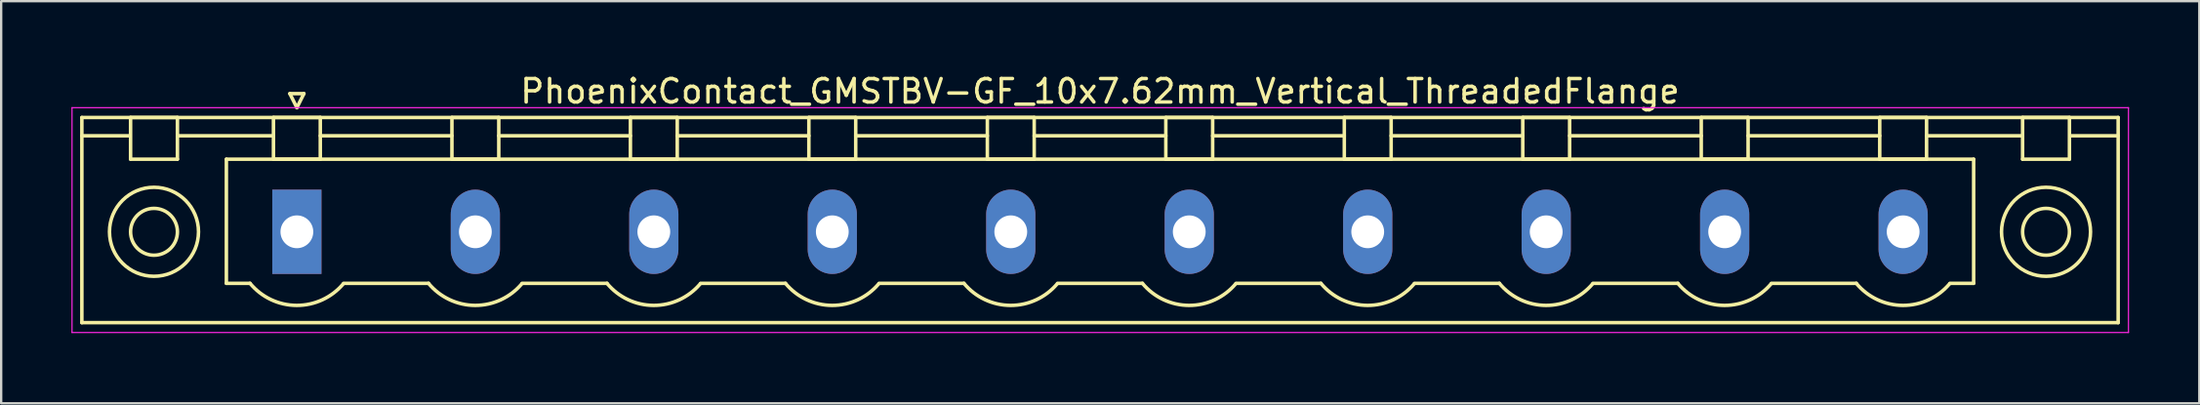
<source format=kicad_pcb>
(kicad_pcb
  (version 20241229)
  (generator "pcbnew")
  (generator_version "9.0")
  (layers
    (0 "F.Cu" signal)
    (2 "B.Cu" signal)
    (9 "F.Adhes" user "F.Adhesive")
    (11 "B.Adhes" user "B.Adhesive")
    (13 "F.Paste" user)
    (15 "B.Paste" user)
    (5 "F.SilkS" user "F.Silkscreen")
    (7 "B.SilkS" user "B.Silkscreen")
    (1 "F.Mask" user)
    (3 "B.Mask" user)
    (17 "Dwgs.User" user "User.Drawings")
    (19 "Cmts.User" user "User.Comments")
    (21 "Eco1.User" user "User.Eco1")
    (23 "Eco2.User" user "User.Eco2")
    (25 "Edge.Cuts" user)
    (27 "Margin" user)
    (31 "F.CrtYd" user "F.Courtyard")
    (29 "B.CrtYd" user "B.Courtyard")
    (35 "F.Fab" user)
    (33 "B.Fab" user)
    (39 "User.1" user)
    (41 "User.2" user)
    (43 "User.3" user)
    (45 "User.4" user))
  (footprint "PhoenixContact_GMSTBV-GF_10x7.62mm_Vertical_ThreadedFlange"
    (layer "F.Cu")
    (at 9.625 6.848)
    (property "Reference" "PhoenixContact_GMSTBV-GF_10x7.62mm_Vertical_ThreadedFlange" (at 34.29 -6 0) (layer "F.SilkS") (effects (font (size 1 1) (thickness 0.15))))
    (attr through_hole)
    (fp_line (start -9.18 -4.88) (end -9.18 3.88) (stroke (width 0.15) (type solid)) (layer "F.SilkS"))
    (fp_line (start -9.18 -4.1) (end -7.18 -4.1) (stroke (width 0.15) (type solid)) (layer "F.SilkS"))
    (fp_line (start -9.18 3.88) (end 77.76 3.88) (stroke (width 0.15) (type solid)) (layer "F.SilkS"))
    (fp_line (start -7.1 -4.88) (end -5.1 -4.88) (stroke (width 0.15) (type solid)) (layer "F.SilkS"))
    (fp_line (start -7.1 -3.1) (end -7.1 -4.88) (stroke (width 0.15) (type solid)) (layer "F.SilkS"))
    (fp_line (start -5.1 -4.88) (end -5.1 -3.1) (stroke (width 0.15) (type solid)) (layer "F.SilkS"))
    (fp_line (start -5.1 -4.1) (end -1 -4.1) (stroke (width 0.15) (type solid)) (layer "F.SilkS"))
    (fp_line (start -5.1 -3.1) (end -7.1 -3.1) (stroke (width 0.15) (type solid)) (layer "F.SilkS"))
    (fp_line (start -3.01 -3.1) (end 71.59 -3.1) (stroke (width 0.15) (type solid)) (layer "F.SilkS"))
    (fp_line (start -3.01 2.2) (end -3.01 -3.1) (stroke (width 0.15) (type solid)) (layer "F.SilkS"))
    (fp_line (start -2 2.2) (end -3.01 2.2) (stroke (width 0.15) (type solid)) (layer "F.SilkS"))
    (fp_line (start -1 -4.88) (end 1 -4.88) (stroke (width 0.15) (type solid)) (layer "F.SilkS"))
    (fp_line (start -1 -3.1) (end -1 -4.88) (stroke (width 0.15) (type solid)) (layer "F.SilkS"))
    (fp_line (start -0.3 -5.9) (end 0 -5.3) (stroke (width 0.15) (type solid)) (layer "F.SilkS"))
    (fp_line (start 0 -5.3) (end 0.3 -5.9) (stroke (width 0.15) (type solid)) (layer "F.SilkS"))
    (fp_line (start 0.3 -5.9) (end -0.3 -5.9) (stroke (width 0.15) (type solid)) (layer "F.SilkS"))
    (fp_line (start 1 -4.88) (end 1 -3.1) (stroke (width 0.15) (type solid)) (layer "F.SilkS"))
    (fp_line (start 1 -4.1) (end 6.62 -4.1) (stroke (width 0.15) (type solid)) (layer "F.SilkS"))
    (fp_line (start 1 -3.1) (end -1 -3.1) (stroke (width 0.15) (type solid)) (layer "F.SilkS"))
    (fp_line (start 2 2.2) (end 5.62 2.2) (stroke (width 0.15) (type solid)) (layer "F.SilkS"))
    (fp_line (start 6.62 -4.88) (end 8.62 -4.88) (stroke (width 0.15) (type solid)) (layer "F.SilkS"))
    (fp_line (start 6.62 -3.1) (end 6.62 -4.88) (stroke (width 0.15) (type solid)) (layer "F.SilkS"))
    (fp_line (start 8.62 -4.88) (end 8.62 -3.1) (stroke (width 0.15) (type solid)) (layer "F.SilkS"))
    (fp_line (start 8.62 -4.1) (end 14.24 -4.1) (stroke (width 0.15) (type solid)) (layer "F.SilkS"))
    (fp_line (start 8.62 -3.1) (end 6.62 -3.1) (stroke (width 0.15) (type solid)) (layer "F.SilkS"))
    (fp_line (start 9.62 2.2) (end 13.24 2.2) (stroke (width 0.15) (type solid)) (layer "F.SilkS"))
    (fp_line (start 14.24 -4.88) (end 16.24 -4.88) (stroke (width 0.15) (type solid)) (layer "F.SilkS"))
    (fp_line (start 14.24 -3.1) (end 14.24 -4.88) (stroke (width 0.15) (type solid)) (layer "F.SilkS"))
    (fp_line (start 16.24 -4.88) (end 16.24 -3.1) (stroke (width 0.15) (type solid)) (layer "F.SilkS"))
    (fp_line (start 16.24 -4.1) (end 21.86 -4.1) (stroke (width 0.15) (type solid)) (layer "F.SilkS"))
    (fp_line (start 16.24 -3.1) (end 14.24 -3.1) (stroke (width 0.15) (type solid)) (layer "F.SilkS"))
    (fp_line (start 17.24 2.2) (end 20.86 2.2) (stroke (width 0.15) (type solid)) (layer "F.SilkS"))
    (fp_line (start 21.86 -4.88) (end 23.86 -4.88) (stroke (width 0.15) (type solid)) (layer "F.SilkS"))
    (fp_line (start 21.86 -3.1) (end 21.86 -4.88) (stroke (width 0.15) (type solid)) (layer "F.SilkS"))
    (fp_line (start 23.86 -4.88) (end 23.86 -3.1) (stroke (width 0.15) (type solid)) (layer "F.SilkS"))
    (fp_line (start 23.86 -4.1) (end 29.48 -4.1) (stroke (width 0.15) (type solid)) (layer "F.SilkS"))
    (fp_line (start 23.86 -3.1) (end 21.86 -3.1) (stroke (width 0.15) (type solid)) (layer "F.SilkS"))
    (fp_line (start 24.86 2.2) (end 28.48 2.2) (stroke (width 0.15) (type solid)) (layer "F.SilkS"))
    (fp_line (start 29.48 -4.88) (end 31.48 -4.88) (stroke (width 0.15) (type solid)) (layer "F.SilkS"))
    (fp_line (start 29.48 -3.1) (end 29.48 -4.88) (stroke (width 0.15) (type solid)) (layer "F.SilkS"))
    (fp_line (start 31.48 -4.88) (end 31.48 -3.1) (stroke (width 0.15) (type solid)) (layer "F.SilkS"))
    (fp_line (start 31.48 -4.1) (end 37.1 -4.1) (stroke (width 0.15) (type solid)) (layer "F.SilkS"))
    (fp_line (start 31.48 -3.1) (end 29.48 -3.1) (stroke (width 0.15) (type solid)) (layer "F.SilkS"))
    (fp_line (start 32.48 2.2) (end 36.1 2.2) (stroke (width 0.15) (type solid)) (layer "F.SilkS"))
    (fp_line (start 37.1 -4.88) (end 39.1 -4.88) (stroke (width 0.15) (type solid)) (layer "F.SilkS"))
    (fp_line (start 37.1 -3.1) (end 37.1 -4.88) (stroke (width 0.15) (type solid)) (layer "F.SilkS"))
    (fp_line (start 39.1 -4.88) (end 39.1 -3.1) (stroke (width 0.15) (type solid)) (layer "F.SilkS"))
    (fp_line (start 39.1 -4.1) (end 44.72 -4.1) (stroke (width 0.15) (type solid)) (layer "F.SilkS"))
    (fp_line (start 39.1 -3.1) (end 37.1 -3.1) (stroke (width 0.15) (type solid)) (layer "F.SilkS"))
    (fp_line (start 40.1 2.2) (end 43.72 2.2) (stroke (width 0.15) (type solid)) (layer "F.SilkS"))
    (fp_line (start 44.72 -4.88) (end 46.72 -4.88) (stroke (width 0.15) (type solid)) (layer "F.SilkS"))
    (fp_line (start 44.72 -3.1) (end 44.72 -4.88) (stroke (width 0.15) (type solid)) (layer "F.SilkS"))
    (fp_line (start 46.72 -4.88) (end 46.72 -3.1) (stroke (width 0.15) (type solid)) (layer "F.SilkS"))
    (fp_line (start 46.72 -4.1) (end 52.34 -4.1) (stroke (width 0.15) (type solid)) (layer "F.SilkS"))
    (fp_line (start 46.72 -3.1) (end 44.72 -3.1) (stroke (width 0.15) (type solid)) (layer "F.SilkS"))
    (fp_line (start 47.72 2.2) (end 51.34 2.2) (stroke (width 0.15) (type solid)) (layer "F.SilkS"))
    (fp_line (start 52.34 -4.88) (end 54.34 -4.88) (stroke (width 0.15) (type solid)) (layer "F.SilkS"))
    (fp_line (start 52.34 -3.1) (end 52.34 -4.88) (stroke (width 0.15) (type solid)) (layer "F.SilkS"))
    (fp_line (start 54.34 -4.88) (end 54.34 -3.1) (stroke (width 0.15) (type solid)) (layer "F.SilkS"))
    (fp_line (start 54.34 -4.1) (end 59.96 -4.1) (stroke (width 0.15) (type solid)) (layer "F.SilkS"))
    (fp_line (start 54.34 -3.1) (end 52.34 -3.1) (stroke (width 0.15) (type solid)) (layer "F.SilkS"))
    (fp_line (start 55.34 2.2) (end 58.96 2.2) (stroke (width 0.15) (type solid)) (layer "F.SilkS"))
    (fp_line (start 59.96 -4.88) (end 61.96 -4.88) (stroke (width 0.15) (type solid)) (layer "F.SilkS"))
    (fp_line (start 59.96 -3.1) (end 59.96 -4.88) (stroke (width 0.15) (type solid)) (layer "F.SilkS"))
    (fp_line (start 61.96 -4.88) (end 61.96 -3.1) (stroke (width 0.15) (type solid)) (layer "F.SilkS"))
    (fp_line (start 61.96 -4.1) (end 67.58 -4.1) (stroke (width 0.15) (type solid)) (layer "F.SilkS"))
    (fp_line (start 61.96 -3.1) (end 59.96 -3.1) (stroke (width 0.15) (type solid)) (layer "F.SilkS"))
    (fp_line (start 62.96 2.2) (end 66.58 2.2) (stroke (width 0.15) (type solid)) (layer "F.SilkS"))
    (fp_line (start 67.58 -4.88) (end 69.58 -4.88) (stroke (width 0.15) (type solid)) (layer "F.SilkS"))
    (fp_line (start 67.58 -3.1) (end 67.58 -4.88) (stroke (width 0.15) (type solid)) (layer "F.SilkS"))
    (fp_line (start 69.58 -4.88) (end 69.58 -3.1) (stroke (width 0.15) (type solid)) (layer "F.SilkS"))
    (fp_line (start 69.58 -4.1) (end 73.68 -4.1) (stroke (width 0.15) (type solid)) (layer "F.SilkS"))
    (fp_line (start 69.58 -3.1) (end 67.58 -3.1) (stroke (width 0.15) (type solid)) (layer "F.SilkS"))
    (fp_line (start 71.59 -3.1) (end 71.59 2.2) (stroke (width 0.15) (type solid)) (layer "F.SilkS"))
    (fp_line (start 71.59 2.2) (end 70.58 2.2) (stroke (width 0.15) (type solid)) (layer "F.SilkS"))
    (fp_line (start 73.68 -4.88) (end 75.68 -4.88) (stroke (width 0.15) (type solid)) (layer "F.SilkS"))
    (fp_line (start 73.68 -3.1) (end 73.68 -4.88) (stroke (width 0.15) (type solid)) (layer "F.SilkS"))
    (fp_line (start 75.68 -4.88) (end 75.68 -3.1) (stroke (width 0.15) (type solid)) (layer "F.SilkS"))
    (fp_line (start 75.68 -3.1) (end 73.68 -3.1) (stroke (width 0.15) (type solid)) (layer "F.SilkS"))
    (fp_line (start 77.76 -4.88) (end -9.18 -4.88) (stroke (width 0.15) (type solid)) (layer "F.SilkS"))
    (fp_line (start 77.76 -4.1) (end 75.76 -4.1) (stroke (width 0.15) (type solid)) (layer "F.SilkS"))
    (fp_line (start 77.76 3.88) (end 77.76 -4.88) (stroke (width 0.15) (type solid)) (layer "F.SilkS"))
    (fp_arc (start 1.986842 2.215821) (mid -0.010289 3.142758) (end -2 2.2) (stroke (width 0.15) (type solid)) (layer "F.SilkS"))
    (fp_arc (start 9.606842 2.215821) (mid 7.609711 3.142758) (end 5.62 2.2) (stroke (width 0.15) (type solid)) (layer "F.SilkS"))
    (fp_arc (start 17.226842 2.215821) (mid 15.229711 3.142758) (end 13.24 2.2) (stroke (width 0.15) (type solid)) (layer "F.SilkS"))
    (fp_arc (start 24.846842 2.215821) (mid 22.849711 3.142758) (end 20.86 2.2) (stroke (width 0.15) (type solid)) (layer "F.SilkS"))
    (fp_arc (start 32.466842 2.215821) (mid 30.469711 3.142758) (end 28.48 2.2) (stroke (width 0.15) (type solid)) (layer "F.SilkS"))
    (fp_arc (start 40.086842 2.215821) (mid 38.089711 3.142758) (end 36.1 2.2) (stroke (width 0.15) (type solid)) (layer "F.SilkS"))
    (fp_arc (start 47.706842 2.215821) (mid 45.709711 3.142758) (end 43.72 2.2) (stroke (width 0.15) (type solid)) (layer "F.SilkS"))
    (fp_arc (start 55.326842 2.215821) (mid 53.329711 3.142758) (end 51.34 2.2) (stroke (width 0.15) (type solid)) (layer "F.SilkS"))
    (fp_arc (start 62.946842 2.215821) (mid 60.949711 3.142758) (end 58.96 2.2) (stroke (width 0.15) (type solid)) (layer "F.SilkS"))
    (fp_arc (start 70.566842 2.215821) (mid 68.569711 3.142758) (end 66.58 2.2) (stroke (width 0.15) (type solid)) (layer "F.SilkS"))
    (fp_circle (center -6.1 0) (end -5.1 0) (stroke (width 0.15) (type solid)) (fill no) (layer "F.SilkS"))
    (fp_circle (center -6.1 0) (end -4.2 0) (stroke (width 0.15) (type solid)) (fill no) (layer "F.SilkS"))
    (fp_circle (center 74.68 0) (end 75.68 0) (stroke (width 0.15) (type solid)) (fill no) (layer "F.SilkS"))
    (fp_circle (center 74.68 0) (end 76.58 0) (stroke (width 0.15) (type solid)) (fill no) (layer "F.SilkS"))
    (fp_line (start -9.6 -5.3) (end -9.6 4.3) (stroke (width 0.05) (type solid)) (layer "F.CrtYd"))
    (fp_line (start -9.6 4.3) (end 78.2 4.3) (stroke (width 0.05) (type solid)) (layer "F.CrtYd"))
    (fp_line (start 78.2 -5.3) (end -9.6 -5.3) (stroke (width 0.05) (type solid)) (layer "F.CrtYd"))
    (fp_line (start 78.2 4.3) (end 78.2 -5.3) (stroke (width 0.05) (type solid)) (layer "F.CrtYd"))
    (pad "1" thru_hole rect (at 0 0) (size 2.1 3.6) (drill 1.4) (layers "*.Cu" "*.Mask"))
    (pad "2" thru_hole oval (at 7.62 0) (size 2.1 3.6) (drill 1.4) (layers "*.Cu" "*.Mask"))
    (pad "3" thru_hole oval (at 15.24 0) (size 2.1 3.6) (drill 1.4) (layers "*.Cu" "*.Mask"))
    (pad "4" thru_hole oval (at 22.86 0) (size 2.1 3.6) (drill 1.4) (layers "*.Cu" "*.Mask"))
    (pad "5" thru_hole oval (at 30.48 0) (size 2.1 3.6) (drill 1.4) (layers "*.Cu" "*.Mask"))
    (pad "6" thru_hole oval (at 38.1 0) (size 2.1 3.6) (drill 1.4) (layers "*.Cu" "*.Mask"))
    (pad "7" thru_hole oval (at 45.72 0) (size 2.1 3.6) (drill 1.4) (layers "*.Cu" "*.Mask"))
    (pad "8" thru_hole oval (at 53.34 0) (size 2.1 3.6) (drill 1.4) (layers "*.Cu" "*.Mask"))
    (pad "9" thru_hole oval (at 60.96 0) (size 2.1 3.6) (drill 1.4) (layers "*.Cu" "*.Mask"))
    (pad "10" thru_hole oval (at 68.58 0) (size 2.1 3.6) (drill 1.4) (layers "*.Cu" "*.Mask")))
  (gr_rect
    (start -3 -3)
    (end 90.85 14.173)
    (stroke (width 0.1) (type default))
    (fill no)
    (layer "Edge.Cuts")))
</source>
